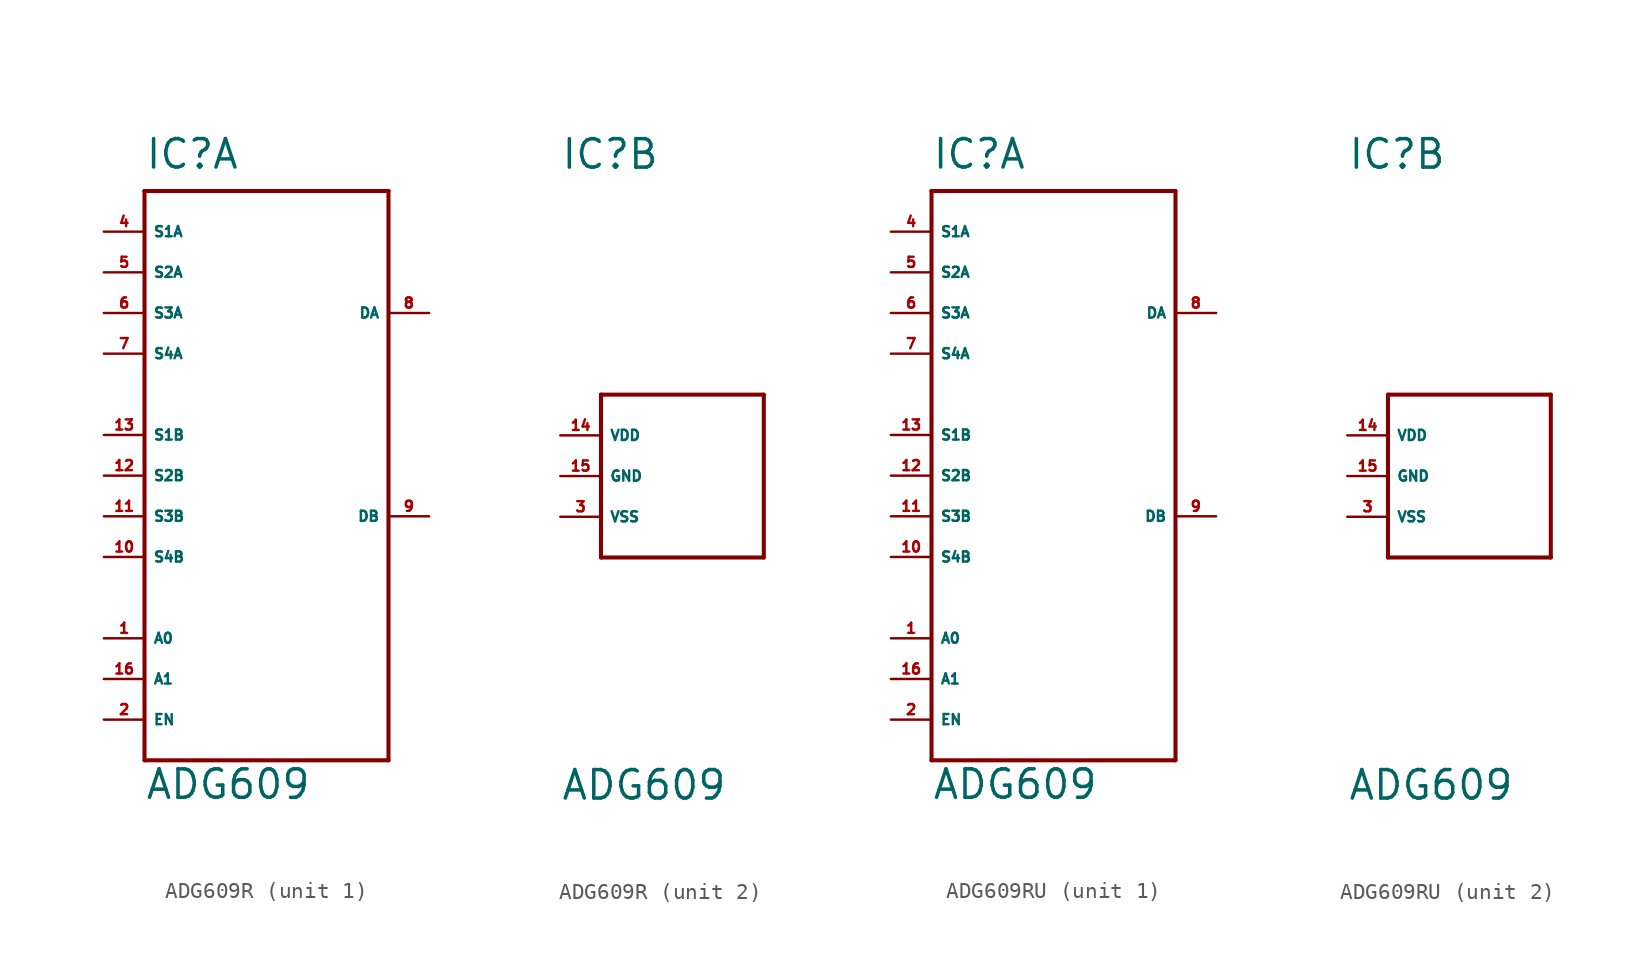
<source format=kicad_sym>
(kicad_symbol_lib
  (version 20220914)
  (generator Eagle2Kicad)
  (symbol "ADG609R"
    (property "Reference" "IC"
      (at -7.62 19.05 0)
      (effects (font (size 1.778 1.778) (thickness 0.22)) (justify left bottom)))
    (property "Value" "ADG609"
      (at -7.62 -20.32 0)
      (effects (font (size 1.778 1.778) (thickness 0.22)) (justify left bottom)))
    (symbol "ADG609R_1_0"
      (polyline (pts (xy -7.62 17.78) (xy 7.62 17.78)) (stroke (width 0.254) (type default)) (fill (type none)))
      (polyline (pts (xy 7.62 17.78) (xy 7.62 -17.78)) (stroke (width 0.254) (type default)) (fill (type none)))
      (polyline (pts (xy 7.62 -17.78) (xy -7.62 -17.78)) (stroke (width 0.254) (type default)) (fill (type none)))
      (polyline (pts (xy -7.62 -17.78) (xy -7.62 17.78)) (stroke (width 0.254) (type default)) (fill (type none)))
      (pin bidirectional line (at -10.16 15.24 0) (length 2.54) (name "S1A" (effects (font (size 0.635 0.635) (thickness 0.08)) (justify left bottom))) (number "4" (effects (font (size 0.635 0.635) (thickness 0.08)) (justify left bottom))))
      (pin bidirectional line (at -10.16 12.7 0) (length 2.54) (name "S2A" (effects (font (size 0.635 0.635) (thickness 0.08)) (justify left bottom))) (number "5" (effects (font (size 0.635 0.635) (thickness 0.08)) (justify left bottom))))
      (pin bidirectional line (at -10.16 10.16 0) (length 2.54) (name "S3A" (effects (font (size 0.635 0.635) (thickness 0.08)) (justify left bottom))) (number "6" (effects (font (size 0.635 0.635) (thickness 0.08)) (justify left bottom))))
      (pin bidirectional line (at -10.16 7.62 0) (length 2.54) (name "S4A" (effects (font (size 0.635 0.635) (thickness 0.08)) (justify left bottom))) (number "7" (effects (font (size 0.635 0.635) (thickness 0.08)) (justify left bottom))))
      (pin bidirectional line (at 10.16 10.16 180) (length 2.54) (name "DA" (effects (font (size 0.635 0.635) (thickness 0.08)) (justify left bottom))) (number "8" (effects (font (size 0.635 0.635) (thickness 0.08)) (justify left bottom))))
      (pin input line (at -10.16 -10.16 0) (length 2.54) (name "A0" (effects (font (size 0.635 0.635) (thickness 0.08)) (justify left bottom))) (number "1" (effects (font (size 0.635 0.635) (thickness 0.08)) (justify left bottom))))
      (pin input line (at -10.16 -12.7 0) (length 2.54) (name "A1" (effects (font (size 0.635 0.635) (thickness 0.08)) (justify left bottom))) (number "16" (effects (font (size 0.635 0.635) (thickness 0.08)) (justify left bottom))))
      (pin input line (at -10.16 -15.24 0) (length 2.54) (name "EN" (effects (font (size 0.635 0.635) (thickness 0.08)) (justify left bottom))) (number "2" (effects (font (size 0.635 0.635) (thickness 0.08)) (justify left bottom))))
      (pin bidirectional line (at -10.16 2.54 0) (length 2.54) (name "S1B" (effects (font (size 0.635 0.635) (thickness 0.08)) (justify left bottom))) (number "13" (effects (font (size 0.635 0.635) (thickness 0.08)) (justify left bottom))))
      (pin bidirectional line (at -10.16 0 0) (length 2.54) (name "S2B" (effects (font (size 0.635 0.635) (thickness 0.08)) (justify left bottom))) (number "12" (effects (font (size 0.635 0.635) (thickness 0.08)) (justify left bottom))))
      (pin bidirectional line (at -10.16 -2.54 0) (length 2.54) (name "S3B" (effects (font (size 0.635 0.635) (thickness 0.08)) (justify left bottom))) (number "11" (effects (font (size 0.635 0.635) (thickness 0.08)) (justify left bottom))))
      (pin bidirectional line (at -10.16 -5.08 0) (length 2.54) (name "S4B" (effects (font (size 0.635 0.635) (thickness 0.08)) (justify left bottom))) (number "10" (effects (font (size 0.635 0.635) (thickness 0.08)) (justify left bottom))))
      (pin bidirectional line (at 10.16 -2.54 180) (length 2.54) (name "DB" (effects (font (size 0.635 0.635) (thickness 0.08)) (justify left bottom))) (number "9" (effects (font (size 0.635 0.635) (thickness 0.08)) (justify left bottom)))))
    (symbol "ADG609R_2_0"
      (polyline (pts (xy -5.08 5.08) (xy 5.08 5.08)) (stroke (width 0.254) (type default)) (fill (type none)))
      (polyline (pts (xy 5.08 5.08) (xy 5.08 -5.08)) (stroke (width 0.254) (type default)) (fill (type none)))
      (polyline (pts (xy 5.08 -5.08) (xy -5.08 -5.08)) (stroke (width 0.254) (type default)) (fill (type none)))
      (polyline (pts (xy -5.08 -5.08) (xy -5.08 5.08)) (stroke (width 0.254) (type default)) (fill (type none)))
      (pin unspecified line (at -7.62 -2.54 0) (length 2.54) (name "VSS" (effects (font (size 0.635 0.635) (thickness 0.08)) (justify left bottom))) (number "3" (effects (font (size 0.635 0.635) (thickness 0.08)) (justify left bottom))))
      (pin unspecified line (at -7.62 0 0) (length 2.54) (name "GND" (effects (font (size 0.635 0.635) (thickness 0.08)) (justify left bottom))) (number "15" (effects (font (size 0.635 0.635) (thickness 0.08)) (justify left bottom))))
      (pin unspecified line (at -7.62 2.54 0) (length 2.54) (name "VDD" (effects (font (size 0.635 0.635) (thickness 0.08)) (justify left bottom))) (number "14" (effects (font (size 0.635 0.635) (thickness 0.08)) (justify left bottom))))))
  (symbol "ADG609RU"
    (property "Reference" "IC"
      (at -7.62 19.05 0)
      (effects (font (size 1.778 1.778) (thickness 0.22)) (justify left bottom)))
    (property "Value" "ADG609"
      (at -7.62 -20.32 0)
      (effects (font (size 1.778 1.778) (thickness 0.22)) (justify left bottom)))
    (symbol "ADG609RU_1_0"
      (polyline (pts (xy -7.62 17.78) (xy 7.62 17.78)) (stroke (width 0.254) (type default)) (fill (type none)))
      (polyline (pts (xy 7.62 17.78) (xy 7.62 -17.78)) (stroke (width 0.254) (type default)) (fill (type none)))
      (polyline (pts (xy 7.62 -17.78) (xy -7.62 -17.78)) (stroke (width 0.254) (type default)) (fill (type none)))
      (polyline (pts (xy -7.62 -17.78) (xy -7.62 17.78)) (stroke (width 0.254) (type default)) (fill (type none)))
      (pin bidirectional line (at -10.16 15.24 0) (length 2.54) (name "S1A" (effects (font (size 0.635 0.635) (thickness 0.08)) (justify left bottom))) (number "4" (effects (font (size 0.635 0.635) (thickness 0.08)) (justify left bottom))))
      (pin bidirectional line (at -10.16 12.7 0) (length 2.54) (name "S2A" (effects (font (size 0.635 0.635) (thickness 0.08)) (justify left bottom))) (number "5" (effects (font (size 0.635 0.635) (thickness 0.08)) (justify left bottom))))
      (pin bidirectional line (at -10.16 10.16 0) (length 2.54) (name "S3A" (effects (font (size 0.635 0.635) (thickness 0.08)) (justify left bottom))) (number "6" (effects (font (size 0.635 0.635) (thickness 0.08)) (justify left bottom))))
      (pin bidirectional line (at -10.16 7.62 0) (length 2.54) (name "S4A" (effects (font (size 0.635 0.635) (thickness 0.08)) (justify left bottom))) (number "7" (effects (font (size 0.635 0.635) (thickness 0.08)) (justify left bottom))))
      (pin bidirectional line (at 10.16 10.16 180) (length 2.54) (name "DA" (effects (font (size 0.635 0.635) (thickness 0.08)) (justify left bottom))) (number "8" (effects (font (size 0.635 0.635) (thickness 0.08)) (justify left bottom))))
      (pin input line (at -10.16 -10.16 0) (length 2.54) (name "A0" (effects (font (size 0.635 0.635) (thickness 0.08)) (justify left bottom))) (number "1" (effects (font (size 0.635 0.635) (thickness 0.08)) (justify left bottom))))
      (pin input line (at -10.16 -12.7 0) (length 2.54) (name "A1" (effects (font (size 0.635 0.635) (thickness 0.08)) (justify left bottom))) (number "16" (effects (font (size 0.635 0.635) (thickness 0.08)) (justify left bottom))))
      (pin input line (at -10.16 -15.24 0) (length 2.54) (name "EN" (effects (font (size 0.635 0.635) (thickness 0.08)) (justify left bottom))) (number "2" (effects (font (size 0.635 0.635) (thickness 0.08)) (justify left bottom))))
      (pin bidirectional line (at -10.16 2.54 0) (length 2.54) (name "S1B" (effects (font (size 0.635 0.635) (thickness 0.08)) (justify left bottom))) (number "13" (effects (font (size 0.635 0.635) (thickness 0.08)) (justify left bottom))))
      (pin bidirectional line (at -10.16 0 0) (length 2.54) (name "S2B" (effects (font (size 0.635 0.635) (thickness 0.08)) (justify left bottom))) (number "12" (effects (font (size 0.635 0.635) (thickness 0.08)) (justify left bottom))))
      (pin bidirectional line (at -10.16 -2.54 0) (length 2.54) (name "S3B" (effects (font (size 0.635 0.635) (thickness 0.08)) (justify left bottom))) (number "11" (effects (font (size 0.635 0.635) (thickness 0.08)) (justify left bottom))))
      (pin bidirectional line (at -10.16 -5.08 0) (length 2.54) (name "S4B" (effects (font (size 0.635 0.635) (thickness 0.08)) (justify left bottom))) (number "10" (effects (font (size 0.635 0.635) (thickness 0.08)) (justify left bottom))))
      (pin bidirectional line (at 10.16 -2.54 180) (length 2.54) (name "DB" (effects (font (size 0.635 0.635) (thickness 0.08)) (justify left bottom))) (number "9" (effects (font (size 0.635 0.635) (thickness 0.08)) (justify left bottom)))))
    (symbol "ADG609RU_2_0"
      (polyline (pts (xy -5.08 5.08) (xy 5.08 5.08)) (stroke (width 0.254) (type default)) (fill (type none)))
      (polyline (pts (xy 5.08 5.08) (xy 5.08 -5.08)) (stroke (width 0.254) (type default)) (fill (type none)))
      (polyline (pts (xy 5.08 -5.08) (xy -5.08 -5.08)) (stroke (width 0.254) (type default)) (fill (type none)))
      (polyline (pts (xy -5.08 -5.08) (xy -5.08 5.08)) (stroke (width 0.254) (type default)) (fill (type none)))
      (pin unspecified line (at -7.62 -2.54 0) (length 2.54) (name "VSS" (effects (font (size 0.635 0.635) (thickness 0.08)) (justify left bottom))) (number "3" (effects (font (size 0.635 0.635) (thickness 0.08)) (justify left bottom))))
      (pin unspecified line (at -7.62 0 0) (length 2.54) (name "GND" (effects (font (size 0.635 0.635) (thickness 0.08)) (justify left bottom))) (number "15" (effects (font (size 0.635 0.635) (thickness 0.08)) (justify left bottom))))
      (pin unspecified line (at -7.62 2.54 0) (length 2.54) (name "VDD" (effects (font (size 0.635 0.635) (thickness 0.08)) (justify left bottom))) (number "14" (effects (font (size 0.635 0.635) (thickness 0.08)) (justify left bottom)))))))
</source>
